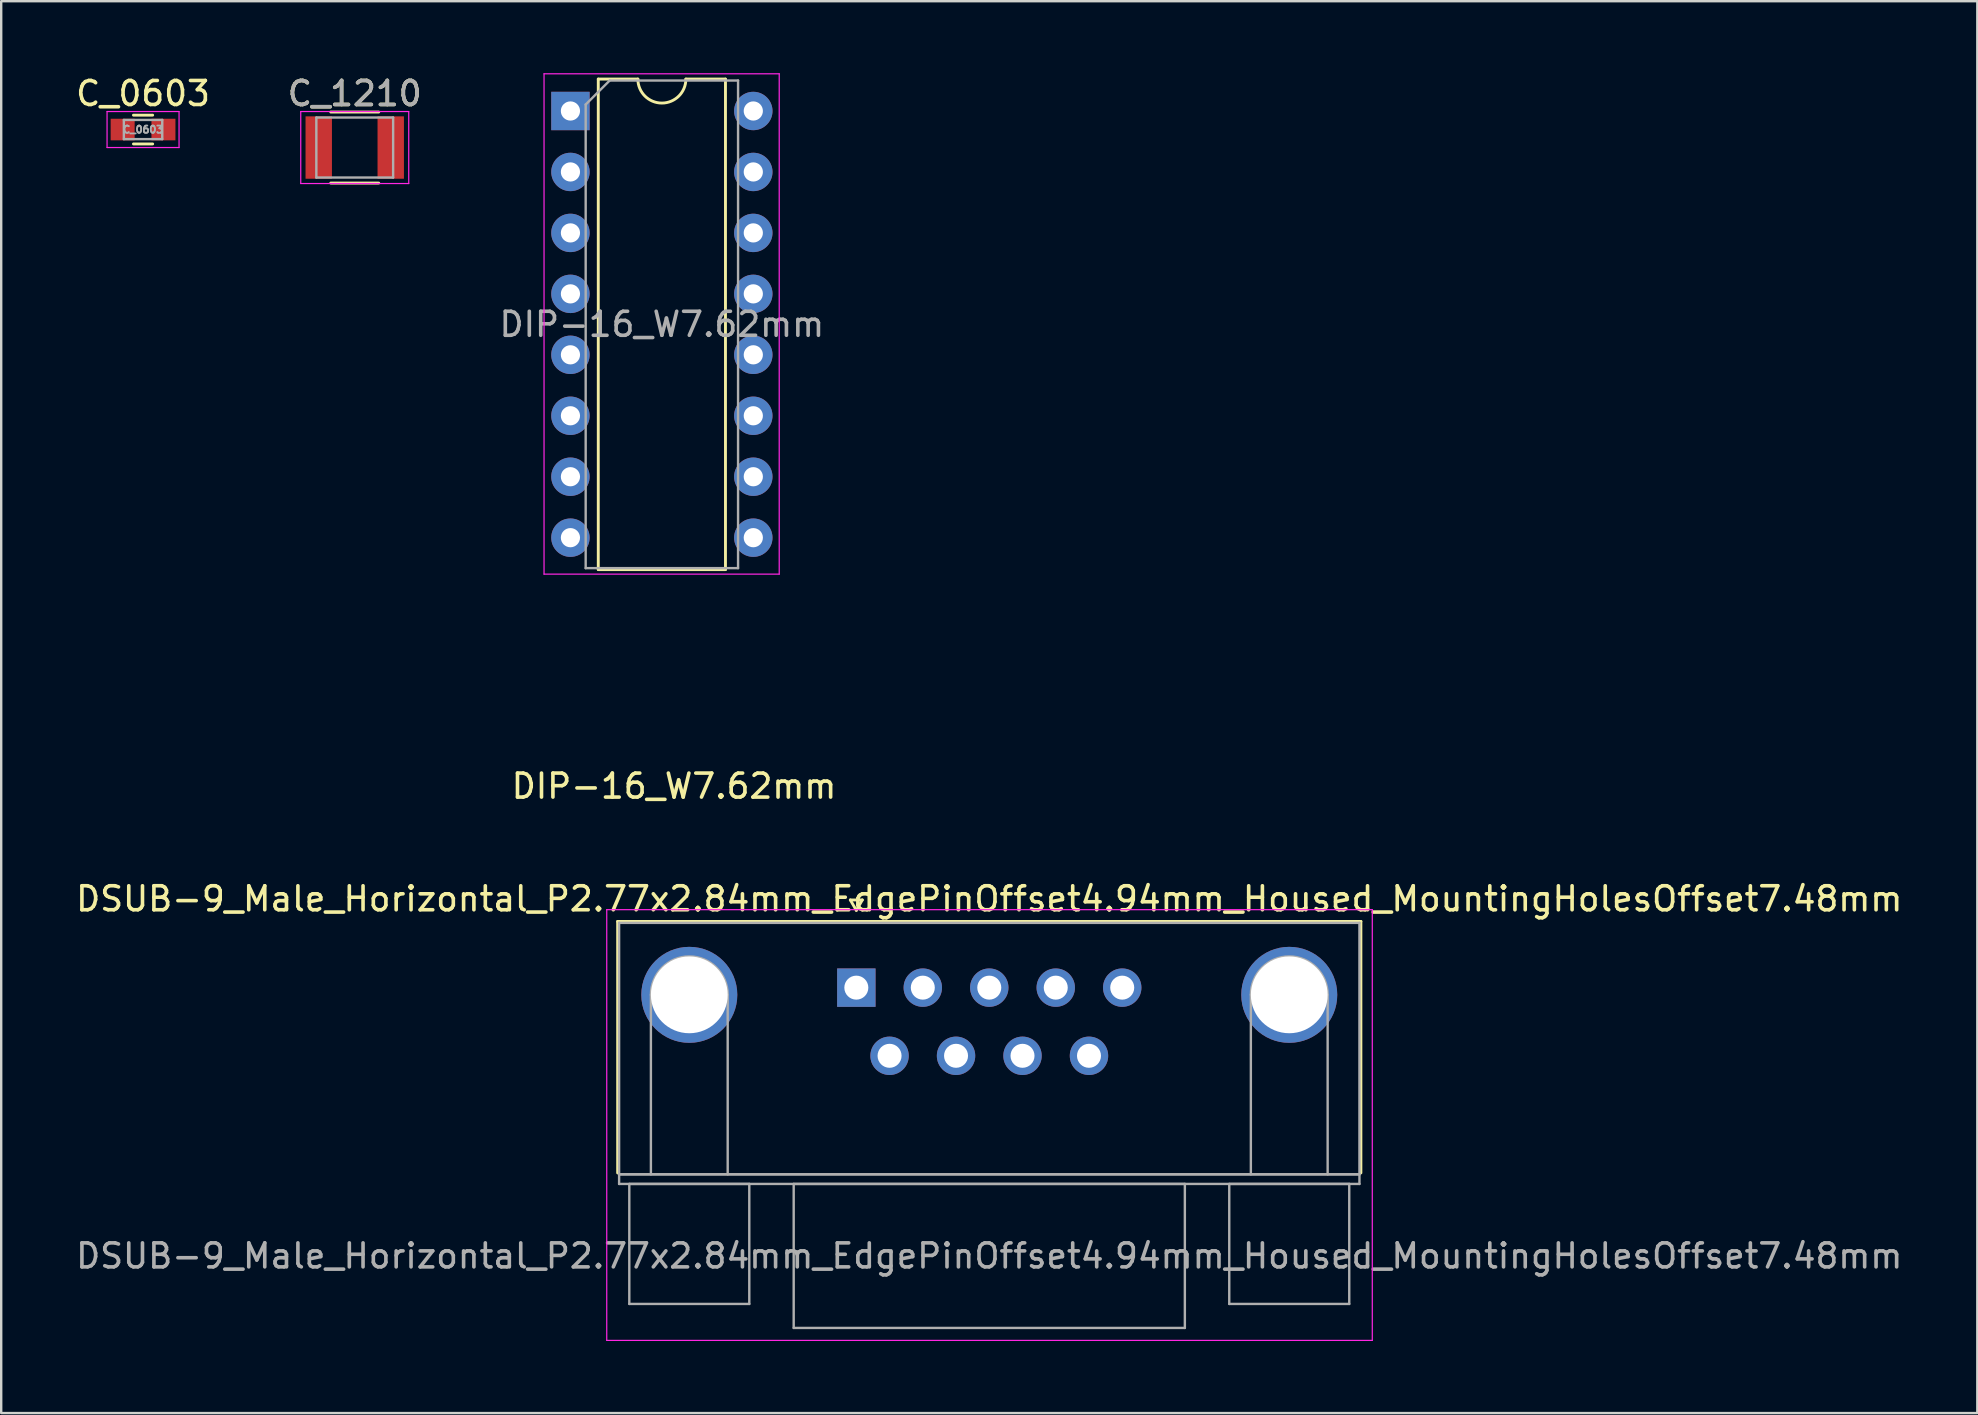
<source format=kicad_pcb>
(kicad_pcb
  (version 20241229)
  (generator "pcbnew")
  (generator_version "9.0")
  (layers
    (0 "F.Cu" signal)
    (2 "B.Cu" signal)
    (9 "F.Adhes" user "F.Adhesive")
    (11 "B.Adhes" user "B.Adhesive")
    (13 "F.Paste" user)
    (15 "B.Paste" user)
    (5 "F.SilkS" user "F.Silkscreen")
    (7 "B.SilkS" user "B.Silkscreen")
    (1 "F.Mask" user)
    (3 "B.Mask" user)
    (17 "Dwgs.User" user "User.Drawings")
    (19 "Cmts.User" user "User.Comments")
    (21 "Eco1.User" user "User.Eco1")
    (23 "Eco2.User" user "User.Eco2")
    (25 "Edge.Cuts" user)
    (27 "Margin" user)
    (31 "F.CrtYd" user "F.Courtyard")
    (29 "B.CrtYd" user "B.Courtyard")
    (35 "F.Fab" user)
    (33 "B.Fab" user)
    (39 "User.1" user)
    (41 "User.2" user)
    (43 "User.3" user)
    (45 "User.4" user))
  (footprint "DIP-16_W7.62mm"
    (layer "F.Cu")
    (at 20.72 1.575)
    (property "Reference" "DIP-16_W7.62mm" (at 4.318 28.134 180) (layer "F.SilkS") (effects (font (size 1 1) (thickness 0.15))))
    (attr through_hole)
    (fp_line (start 1.16 -1.33) (end 1.16 19.11) (stroke (width 0.12) (type solid)) (layer "F.SilkS"))
    (fp_line (start 1.16 19.11) (end 6.46 19.11) (stroke (width 0.12) (type solid)) (layer "F.SilkS"))
    (fp_line (start 2.81 -1.33) (end 1.16 -1.33) (stroke (width 0.12) (type solid)) (layer "F.SilkS"))
    (fp_line (start 6.46 -1.33) (end 4.81 -1.33) (stroke (width 0.12) (type solid)) (layer "F.SilkS"))
    (fp_line (start 6.46 19.11) (end 6.46 -1.33) (stroke (width 0.12) (type solid)) (layer "F.SilkS"))
    (fp_arc (start 4.81 -1.33) (mid 3.81 -0.33) (end 2.81 -1.33) (stroke (width 0.12) (type solid)) (layer "F.SilkS"))
    (fp_line (start -1.1 -1.55) (end -1.1 19.3) (stroke (width 0.05) (type solid)) (layer "F.CrtYd"))
    (fp_line (start -1.1 19.3) (end 8.7 19.3) (stroke (width 0.05) (type solid)) (layer "F.CrtYd"))
    (fp_line (start 8.7 -1.55) (end -1.1 -1.55) (stroke (width 0.05) (type solid)) (layer "F.CrtYd"))
    (fp_line (start 8.7 19.3) (end 8.7 -1.55) (stroke (width 0.05) (type solid)) (layer "F.CrtYd"))
    (fp_line (start 0.635 -0.27) (end 1.635 -1.27) (stroke (width 0.1) (type solid)) (layer "F.Fab"))
    (fp_line (start 0.635 19.05) (end 0.635 -0.27) (stroke (width 0.1) (type solid)) (layer "F.Fab"))
    (fp_line (start 1.635 -1.27) (end 6.985 -1.27) (stroke (width 0.1) (type solid)) (layer "F.Fab"))
    (fp_line (start 6.985 -1.27) (end 6.985 19.05) (stroke (width 0.1) (type solid)) (layer "F.Fab"))
    (fp_line (start 6.985 19.05) (end 0.635 19.05) (stroke (width 0.1) (type solid)) (layer "F.Fab"))
    (fp_text user "${REFERENCE}" (at 3.81 8.89 180) (layer "F.Fab") (effects (font (size 1 1) (thickness 0.15))))
    (pad "1" thru_hole rect (at 0 0) (size 1.6 1.6) (drill 0.8) (layers "*.Cu" "*.Mask"))
    (pad "2" thru_hole oval (at 0 2.54) (size 1.6 1.6) (drill 0.8) (layers "*.Cu" "*.Mask"))
    (pad "3" thru_hole oval (at 0 5.08) (size 1.6 1.6) (drill 0.8) (layers "*.Cu" "*.Mask"))
    (pad "4" thru_hole oval (at 0 7.62) (size 1.6 1.6) (drill 0.8) (layers "*.Cu" "*.Mask"))
    (pad "5" thru_hole oval (at 0 10.16) (size 1.6 1.6) (drill 0.8) (layers "*.Cu" "*.Mask"))
    (pad "6" thru_hole oval (at 0 12.7) (size 1.6 1.6) (drill 0.8) (layers "*.Cu" "*.Mask"))
    (pad "7" thru_hole oval (at 0 15.24) (size 1.6 1.6) (drill 0.8) (layers "*.Cu" "*.Mask"))
    (pad "8" thru_hole oval (at 0 17.78) (size 1.6 1.6) (drill 0.8) (layers "*.Cu" "*.Mask"))
    (pad "9" thru_hole oval (at 7.62 17.78) (size 1.6 1.6) (drill 0.8) (layers "*.Cu" "*.Mask"))
    (pad "10" thru_hole oval (at 7.62 15.24) (size 1.6 1.6) (drill 0.8) (layers "*.Cu" "*.Mask"))
    (pad "11" thru_hole oval (at 7.62 12.7) (size 1.6 1.6) (drill 0.8) (layers "*.Cu" "*.Mask"))
    (pad "12" thru_hole oval (at 7.62 10.16) (size 1.6 1.6) (drill 0.8) (layers "*.Cu" "*.Mask"))
    (pad "13" thru_hole oval (at 7.62 7.62) (size 1.6 1.6) (drill 0.8) (layers "*.Cu" "*.Mask"))
    (pad "14" thru_hole oval (at 7.62 5.08) (size 1.6 1.6) (drill 0.8) (layers "*.Cu" "*.Mask"))
    (pad "15" thru_hole oval (at 7.62 2.54) (size 1.6 1.6) (drill 0.8) (layers "*.Cu" "*.Mask"))
    (pad "16" thru_hole oval (at 7.62 0) (size 1.6 1.6) (drill 0.8) (layers "*.Cu" "*.Mask")))
  (footprint "C_1210"
    (layer "F.Cu")
    (at 11.732 3.098)
    (property "Reference" "C_1210" (at 0 -2.25 0) (layer "F.SilkS") (effects (font (size 1 1) (thickness 0.15))))
    (attr smd)
    (fp_line (start -1 1.48) (end 1 1.48) (stroke (width 0.12) (type solid)) (layer "F.SilkS"))
    (fp_line (start 1 -1.48) (end -1 -1.48) (stroke (width 0.12) (type solid)) (layer "F.SilkS"))
    (fp_line (start -2.25 -1.5) (end -2.25 1.5) (stroke (width 0.05) (type solid)) (layer "F.CrtYd"))
    (fp_line (start -2.25 -1.5) (end 2.25 -1.5) (stroke (width 0.05) (type solid)) (layer "F.CrtYd"))
    (fp_line (start 2.25 1.5) (end -2.25 1.5) (stroke (width 0.05) (type solid)) (layer "F.CrtYd"))
    (fp_line (start 2.25 1.5) (end 2.25 -1.5) (stroke (width 0.05) (type solid)) (layer "F.CrtYd"))
    (fp_line (start -1.6 -1.25) (end 1.6 -1.25) (stroke (width 0.1) (type solid)) (layer "F.Fab"))
    (fp_line (start -1.6 1.25) (end -1.6 -1.25) (stroke (width 0.1) (type solid)) (layer "F.Fab"))
    (fp_line (start 1.6 -1.25) (end 1.6 1.25) (stroke (width 0.1) (type solid)) (layer "F.Fab"))
    (fp_line (start 1.6 1.25) (end -1.6 1.25) (stroke (width 0.1) (type solid)) (layer "F.Fab"))
    (fp_text user "${REFERENCE}" (at 0 -2.25 0) (layer "F.Fab") (effects (font (size 1 1) (thickness 0.15))))
    (pad "1" smd rect (at -1.5 0 180) (size 1.1 2.6) (layers "F.Cu" "F.Mask" "F.Paste"))
    (pad "2" smd rect (at 1.5 0 180) (size 1.1 2.6) (layers "F.Cu" "F.Mask" "F.Paste")))
  (footprint "C_0603"
    (layer "F.Cu")
    (at 2.911 2.348)
    (property "Reference" "C_0603" (at 0 -1.5 0) (layer "F.SilkS") (effects (font (size 1 1) (thickness 0.15))))
    (attr smd)
    (fp_line (start -0.4 -0.6) (end 0.4 -0.6) (stroke (width 0.12) (type solid)) (layer "F.SilkS"))
    (fp_line (start 0.4 0.6) (end -0.4 0.6) (stroke (width 0.12) (type solid)) (layer "F.SilkS"))
    (fp_line (start -1.5 -0.75) (end -1.5 0.75) (stroke (width 0.05) (type solid)) (layer "F.CrtYd"))
    (fp_line (start -1.5 -0.75) (end 1.5 -0.75) (stroke (width 0.05) (type solid)) (layer "F.CrtYd"))
    (fp_line (start 1.5 0.75) (end -1.5 0.75) (stroke (width 0.05) (type solid)) (layer "F.CrtYd"))
    (fp_line (start 1.5 0.75) (end 1.5 -0.75) (stroke (width 0.05) (type solid)) (layer "F.CrtYd"))
    (fp_line (start -0.8 -0.4) (end 0.8 -0.4) (stroke (width 0.1) (type solid)) (layer "F.Fab"))
    (fp_line (start -0.8 0.4) (end -0.8 -0.4) (stroke (width 0.1) (type solid)) (layer "F.Fab"))
    (fp_line (start 0.8 -0.4) (end 0.8 0.4) (stroke (width 0.1) (type solid)) (layer "F.Fab"))
    (fp_line (start 0.8 0.4) (end -0.8 0.4) (stroke (width 0.1) (type solid)) (layer "F.Fab"))
    (fp_text user "${REFERENCE}" (at 0 0 0) (layer "F.Fab") (effects (font (size 0.3 0.3) (thickness 0.075))))
    (pad "1" smd rect (at -0.85 0 180) (size 1 0.9) (layers "F.Cu" "F.Mask" "F.Paste"))
    (pad "2" smd rect (at 0.85 0 180) (size 1 0.9) (layers "F.Cu" "F.Mask" "F.Paste")))
  (footprint "DSUB-9_Male_Horizontal_P2.77x2.84mm_EdgePinOffset4.94mm_Housed_MountingHolesOffset7.48mm"
    (layer "F.Cu")
    (at 32.633 38.105)
    (property "Reference" "DSUB-9_Male_Horizontal_P2.77x2.84mm_EdgePinOffset4.94mm_Housed_MountingHolesOffset7.48mm" (at 5.54 -3.7 0) (layer "F.SilkS") (effects (font (size 1 1) (thickness 0.15))))
    (attr through_hole)
    (fp_line (start -9.945 -2.76) (end 21.025 -2.76) (stroke (width 0.12) (type solid)) (layer "F.SilkS"))
    (fp_line (start -9.945 7.72) (end -9.945 -2.76) (stroke (width 0.12) (type solid)) (layer "F.SilkS"))
    (fp_line (start -0.25 -3.654) (end 0.25 -3.654) (stroke (width 0.12) (type solid)) (layer "F.SilkS"))
    (fp_line (start 0 -3.221) (end -0.25 -3.654) (stroke (width 0.12) (type solid)) (layer "F.SilkS"))
    (fp_line (start 0.25 -3.654) (end 0 -3.221) (stroke (width 0.12) (type solid)) (layer "F.SilkS"))
    (fp_line (start 21.025 -2.76) (end 21.025 7.72) (stroke (width 0.12) (type solid)) (layer "F.SilkS"))
    (fp_line (start -10.4 -3.25) (end -10.4 14.7) (stroke (width 0.05) (type solid)) (layer "F.CrtYd"))
    (fp_line (start -10.4 14.7) (end 21.5 14.7) (stroke (width 0.05) (type solid)) (layer "F.CrtYd"))
    (fp_line (start 21.5 -3.25) (end -10.4 -3.25) (stroke (width 0.05) (type solid)) (layer "F.CrtYd"))
    (fp_line (start 21.5 14.7) (end 21.5 -3.25) (stroke (width 0.05) (type solid)) (layer "F.CrtYd"))
    (fp_line (start -9.885 -2.7) (end -9.885 7.78) (stroke (width 0.1) (type solid)) (layer "F.Fab"))
    (fp_line (start -9.885 7.78) (end -9.885 8.18) (stroke (width 0.1) (type solid)) (layer "F.Fab"))
    (fp_line (start -9.885 7.78) (end 20.965 7.78) (stroke (width 0.1) (type solid)) (layer "F.Fab"))
    (fp_line (start -9.885 8.18) (end 20.965 8.18) (stroke (width 0.1) (type solid)) (layer "F.Fab"))
    (fp_line (start -9.46 8.18) (end -9.46 13.18) (stroke (width 0.1) (type solid)) (layer "F.Fab"))
    (fp_line (start -9.46 13.18) (end -4.46 13.18) (stroke (width 0.1) (type solid)) (layer "F.Fab"))
    (fp_line (start -8.56 7.78) (end -8.56 0.3) (stroke (width 0.1) (type solid)) (layer "F.Fab"))
    (fp_line (start -5.36 7.78) (end -5.36 0.3) (stroke (width 0.1) (type solid)) (layer "F.Fab"))
    (fp_line (start -4.46 8.18) (end -9.46 8.18) (stroke (width 0.1) (type solid)) (layer "F.Fab"))
    (fp_line (start -4.46 13.18) (end -4.46 8.18) (stroke (width 0.1) (type solid)) (layer "F.Fab"))
    (fp_line (start -2.61 8.18) (end -2.61 14.18) (stroke (width 0.1) (type solid)) (layer "F.Fab"))
    (fp_line (start -2.61 14.18) (end 13.69 14.18) (stroke (width 0.1) (type solid)) (layer "F.Fab"))
    (fp_line (start 13.69 8.18) (end -2.61 8.18) (stroke (width 0.1) (type solid)) (layer "F.Fab"))
    (fp_line (start 13.69 14.18) (end 13.69 8.18) (stroke (width 0.1) (type solid)) (layer "F.Fab"))
    (fp_line (start 15.54 8.18) (end 15.54 13.18) (stroke (width 0.1) (type solid)) (layer "F.Fab"))
    (fp_line (start 15.54 13.18) (end 20.54 13.18) (stroke (width 0.1) (type solid)) (layer "F.Fab"))
    (fp_line (start 16.44 7.78) (end 16.44 0.3) (stroke (width 0.1) (type solid)) (layer "F.Fab"))
    (fp_line (start 19.64 7.78) (end 19.64 0.3) (stroke (width 0.1) (type solid)) (layer "F.Fab"))
    (fp_line (start 20.54 8.18) (end 15.54 8.18) (stroke (width 0.1) (type solid)) (layer "F.Fab"))
    (fp_line (start 20.54 13.18) (end 20.54 8.18) (stroke (width 0.1) (type solid)) (layer "F.Fab"))
    (fp_line (start 20.965 -2.7) (end -9.885 -2.7) (stroke (width 0.1) (type solid)) (layer "F.Fab"))
    (fp_line (start 20.965 7.78) (end -9.885 7.78) (stroke (width 0.1) (type solid)) (layer "F.Fab"))
    (fp_line (start 20.965 7.78) (end 20.965 -2.7) (stroke (width 0.1) (type solid)) (layer "F.Fab"))
    (fp_line (start 20.965 8.18) (end 20.965 7.78) (stroke (width 0.1) (type solid)) (layer "F.Fab"))
    (fp_arc (start -8.56 0.3) (mid -6.96 -1.3) (end -5.36 0.3) (stroke (width 0.1) (type solid)) (layer "F.Fab"))
    (fp_arc (start 16.44 0.3) (mid 18.04 -1.3) (end 19.64 0.3) (stroke (width 0.1) (type solid)) (layer "F.Fab"))
    (fp_text user "${REFERENCE}" (at 5.54 11.18 0) (layer "F.Fab") (effects (font (size 1 1) (thickness 0.15))))
    (pad "0" thru_hole circle (at -6.96 0.3) (size 4 4) (drill 3.2) (layers "*.Cu" "*.Mask"))
    (pad "0" thru_hole circle (at 18.04 0.3) (size 4 4) (drill 3.2) (layers "*.Cu" "*.Mask"))
    (pad "1" thru_hole rect (at 0 0) (size 1.6 1.6) (drill 1) (layers "*.Cu" "*.Mask"))
    (pad "2" thru_hole circle (at 2.77 0) (size 1.6 1.6) (drill 1) (layers "*.Cu" "*.Mask"))
    (pad "3" thru_hole circle (at 5.54 0) (size 1.6 1.6) (drill 1) (layers "*.Cu" "*.Mask"))
    (pad "4" thru_hole circle (at 8.31 0) (size 1.6 1.6) (drill 1) (layers "*.Cu" "*.Mask"))
    (pad "5" thru_hole circle (at 11.08 0) (size 1.6 1.6) (drill 1) (layers "*.Cu" "*.Mask"))
    (pad "6" thru_hole circle (at 1.385 2.84) (size 1.6 1.6) (drill 1) (layers "*.Cu" "*.Mask"))
    (pad "7" thru_hole circle (at 4.155 2.84) (size 1.6 1.6) (drill 1) (layers "*.Cu" "*.Mask"))
    (pad "8" thru_hole circle (at 6.925 2.84) (size 1.6 1.6) (drill 1) (layers "*.Cu" "*.Mask"))
    (pad "9" thru_hole circle (at 9.695 2.84) (size 1.6 1.6) (drill 1) (layers "*.Cu" "*.Mask")))
  (gr_rect
    (start -3 -3)
    (end 79.345 55.831)
    (stroke (width 0.1) (type default))
    (fill no)
    (layer "Edge.Cuts")))
</source>
